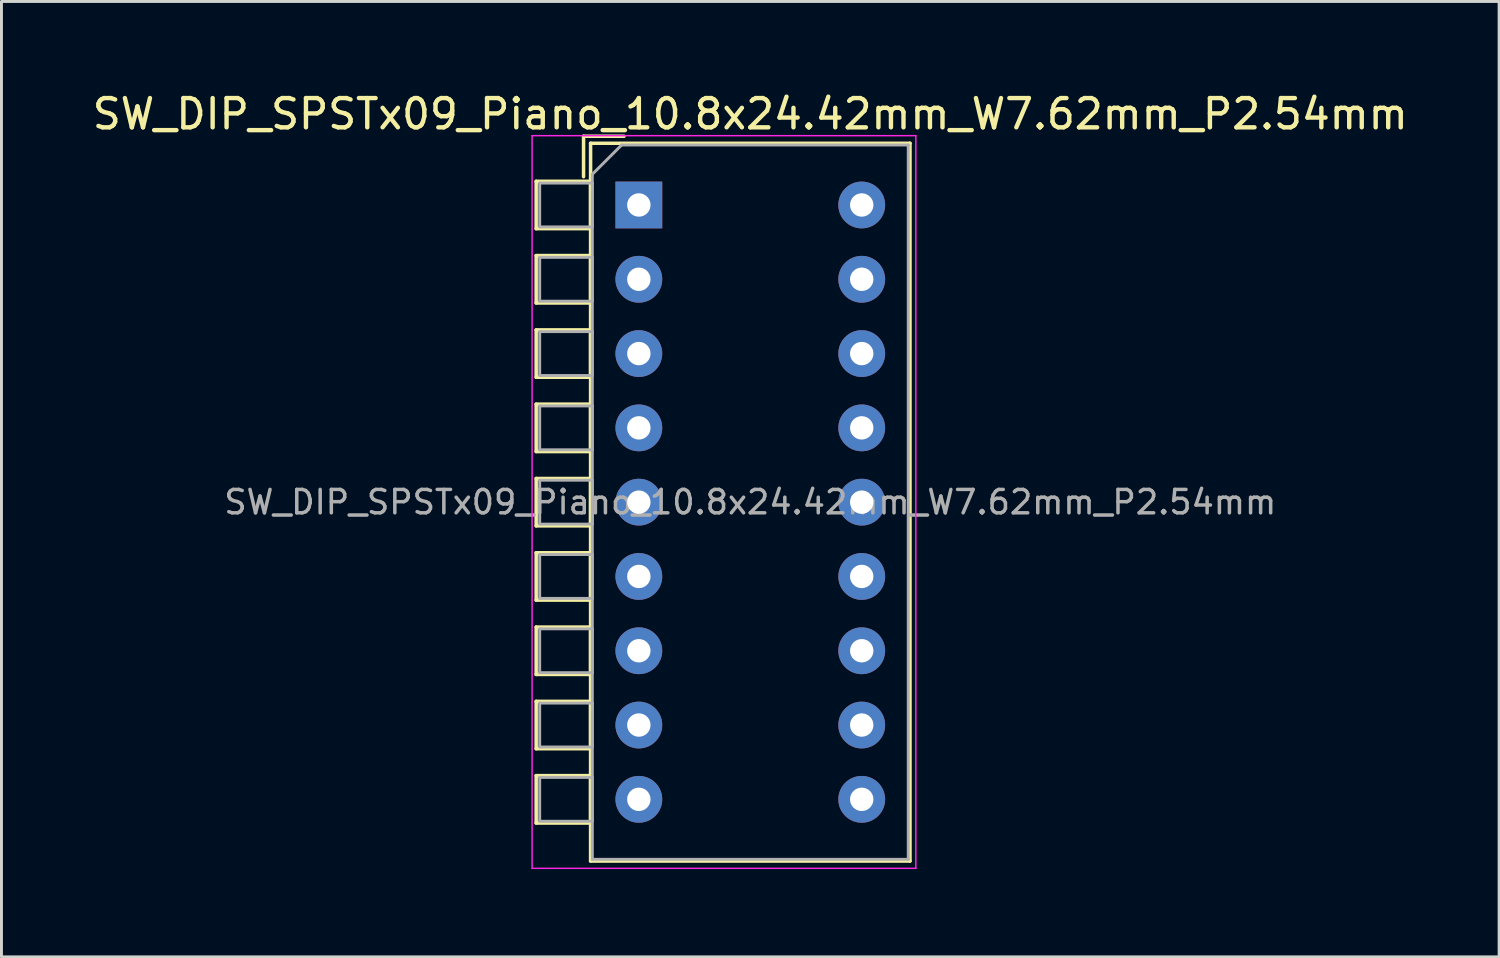
<source format=kicad_pcb>
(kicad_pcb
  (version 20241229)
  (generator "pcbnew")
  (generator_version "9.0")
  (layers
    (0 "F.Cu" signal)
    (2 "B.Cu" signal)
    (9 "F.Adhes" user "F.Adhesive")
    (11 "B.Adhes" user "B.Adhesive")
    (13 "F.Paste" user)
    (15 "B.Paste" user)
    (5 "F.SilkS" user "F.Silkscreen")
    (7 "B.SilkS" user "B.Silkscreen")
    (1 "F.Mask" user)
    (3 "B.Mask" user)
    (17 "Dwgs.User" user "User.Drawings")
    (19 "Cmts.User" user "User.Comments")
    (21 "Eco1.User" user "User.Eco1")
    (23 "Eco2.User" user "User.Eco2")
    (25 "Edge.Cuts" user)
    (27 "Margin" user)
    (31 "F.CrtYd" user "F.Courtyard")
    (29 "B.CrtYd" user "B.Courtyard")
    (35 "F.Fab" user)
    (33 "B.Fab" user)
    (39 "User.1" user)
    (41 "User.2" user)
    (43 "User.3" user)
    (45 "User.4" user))
  (footprint "SW_DIP_SPSTx09_Piano_10.8x24.42mm_W7.62mm_P2.54mm"
    (layer "F.Cu")
    (at 18.791 3.958)
    (property "Reference" "SW_DIP_SPSTx09_Piano_10.8x24.42mm_W7.62mm_P2.54mm" (at 3.81 -3.11 0) (layer "F.SilkS") (effects (font (size 1 1) (thickness 0.15))))
    (attr through_hole)
    (fp_line (start -3.51 -0.81) (end -3.51 0.81) (stroke (width 0.12) (type solid)) (layer "F.SilkS"))
    (fp_line (start -3.51 -0.81) (end -1.65 -0.81) (stroke (width 0.12) (type solid)) (layer "F.SilkS"))
    (fp_line (start -3.51 0.81) (end -1.65 0.81) (stroke (width 0.12) (type solid)) (layer "F.SilkS"))
    (fp_line (start -3.51 1.73) (end -3.51 3.35) (stroke (width 0.12) (type solid)) (layer "F.SilkS"))
    (fp_line (start -3.51 1.73) (end -1.65 1.73) (stroke (width 0.12) (type solid)) (layer "F.SilkS"))
    (fp_line (start -3.51 3.35) (end -1.65 3.35) (stroke (width 0.12) (type solid)) (layer "F.SilkS"))
    (fp_line (start -3.51 4.27) (end -3.51 5.89) (stroke (width 0.12) (type solid)) (layer "F.SilkS"))
    (fp_line (start -3.51 4.27) (end -1.65 4.27) (stroke (width 0.12) (type solid)) (layer "F.SilkS"))
    (fp_line (start -3.51 5.89) (end -1.65 5.89) (stroke (width 0.12) (type solid)) (layer "F.SilkS"))
    (fp_line (start -3.51 6.81) (end -3.51 8.43) (stroke (width 0.12) (type solid)) (layer "F.SilkS"))
    (fp_line (start -3.51 6.81) (end -1.65 6.81) (stroke (width 0.12) (type solid)) (layer "F.SilkS"))
    (fp_line (start -3.51 8.43) (end -1.65 8.43) (stroke (width 0.12) (type solid)) (layer "F.SilkS"))
    (fp_line (start -3.51 9.35) (end -3.51 10.97) (stroke (width 0.12) (type solid)) (layer "F.SilkS"))
    (fp_line (start -3.51 9.35) (end -1.65 9.35) (stroke (width 0.12) (type solid)) (layer "F.SilkS"))
    (fp_line (start -3.51 10.97) (end -1.65 10.97) (stroke (width 0.12) (type solid)) (layer "F.SilkS"))
    (fp_line (start -3.51 11.89) (end -3.51 13.51) (stroke (width 0.12) (type solid)) (layer "F.SilkS"))
    (fp_line (start -3.51 11.89) (end -1.65 11.89) (stroke (width 0.12) (type solid)) (layer "F.SilkS"))
    (fp_line (start -3.51 13.51) (end -1.65 13.51) (stroke (width 0.12) (type solid)) (layer "F.SilkS"))
    (fp_line (start -3.51 14.43) (end -3.51 16.05) (stroke (width 0.12) (type solid)) (layer "F.SilkS"))
    (fp_line (start -3.51 14.43) (end -1.65 14.43) (stroke (width 0.12) (type solid)) (layer "F.SilkS"))
    (fp_line (start -3.51 16.05) (end -1.65 16.05) (stroke (width 0.12) (type solid)) (layer "F.SilkS"))
    (fp_line (start -3.51 16.97) (end -3.51 18.59) (stroke (width 0.12) (type solid)) (layer "F.SilkS"))
    (fp_line (start -3.51 16.97) (end -1.65 16.97) (stroke (width 0.12) (type solid)) (layer "F.SilkS"))
    (fp_line (start -3.51 18.59) (end -1.65 18.59) (stroke (width 0.12) (type solid)) (layer "F.SilkS"))
    (fp_line (start -3.51 19.51) (end -3.51 21.13) (stroke (width 0.12) (type solid)) (layer "F.SilkS"))
    (fp_line (start -3.51 19.51) (end -1.65 19.51) (stroke (width 0.12) (type solid)) (layer "F.SilkS"))
    (fp_line (start -3.51 21.13) (end -1.65 21.13) (stroke (width 0.12) (type solid)) (layer "F.SilkS"))
    (fp_line (start -1.89 -2.35) (end -1.89 -0.967) (stroke (width 0.12) (type solid)) (layer "F.SilkS"))
    (fp_line (start -1.89 -2.35) (end -0.507 -2.35) (stroke (width 0.12) (type solid)) (layer "F.SilkS"))
    (fp_line (start -1.65 -2.11) (end -1.65 22.43) (stroke (width 0.12) (type solid)) (layer "F.SilkS"))
    (fp_line (start -1.65 -2.11) (end 9.27 -2.11) (stroke (width 0.12) (type solid)) (layer "F.SilkS"))
    (fp_line (start -1.65 -0.81) (end -1.65 0.81) (stroke (width 0.12) (type solid)) (layer "F.SilkS"))
    (fp_line (start -1.65 1.73) (end -1.65 3.35) (stroke (width 0.12) (type solid)) (layer "F.SilkS"))
    (fp_line (start -1.65 4.27) (end -1.65 5.89) (stroke (width 0.12) (type solid)) (layer "F.SilkS"))
    (fp_line (start -1.65 6.81) (end -1.65 8.43) (stroke (width 0.12) (type solid)) (layer "F.SilkS"))
    (fp_line (start -1.65 9.35) (end -1.65 10.97) (stroke (width 0.12) (type solid)) (layer "F.SilkS"))
    (fp_line (start -1.65 11.89) (end -1.65 13.51) (stroke (width 0.12) (type solid)) (layer "F.SilkS"))
    (fp_line (start -1.65 14.43) (end -1.65 16.05) (stroke (width 0.12) (type solid)) (layer "F.SilkS"))
    (fp_line (start -1.65 16.97) (end -1.65 18.59) (stroke (width 0.12) (type solid)) (layer "F.SilkS"))
    (fp_line (start -1.65 19.51) (end -1.65 21.13) (stroke (width 0.12) (type solid)) (layer "F.SilkS"))
    (fp_line (start -1.65 22.43) (end 9.27 22.43) (stroke (width 0.12) (type solid)) (layer "F.SilkS"))
    (fp_line (start 9.27 -2.11) (end 9.27 22.43) (stroke (width 0.12) (type solid)) (layer "F.SilkS"))
    (fp_line (start -3.65 -2.37) (end -3.65 22.68) (stroke (width 0.05) (type solid)) (layer "F.CrtYd"))
    (fp_line (start -3.65 22.68) (end 9.47 22.68) (stroke (width 0.05) (type solid)) (layer "F.CrtYd"))
    (fp_line (start 9.47 -2.37) (end -3.65 -2.37) (stroke (width 0.05) (type solid)) (layer "F.CrtYd"))
    (fp_line (start 9.47 22.68) (end 9.47 -2.37) (stroke (width 0.05) (type solid)) (layer "F.CrtYd"))
    (fp_line (start -3.39 -0.75) (end -1.59 -0.75) (stroke (width 0.1) (type solid)) (layer "F.Fab"))
    (fp_line (start -3.39 0.75) (end -3.39 -0.75) (stroke (width 0.1) (type solid)) (layer "F.Fab"))
    (fp_line (start -3.39 1.79) (end -1.59 1.79) (stroke (width 0.1) (type solid)) (layer "F.Fab"))
    (fp_line (start -3.39 3.29) (end -3.39 1.79) (stroke (width 0.1) (type solid)) (layer "F.Fab"))
    (fp_line (start -3.39 4.33) (end -1.59 4.33) (stroke (width 0.1) (type solid)) (layer "F.Fab"))
    (fp_line (start -3.39 5.83) (end -3.39 4.33) (stroke (width 0.1) (type solid)) (layer "F.Fab"))
    (fp_line (start -3.39 6.87) (end -1.59 6.87) (stroke (width 0.1) (type solid)) (layer "F.Fab"))
    (fp_line (start -3.39 8.37) (end -3.39 6.87) (stroke (width 0.1) (type solid)) (layer "F.Fab"))
    (fp_line (start -3.39 9.41) (end -1.59 9.41) (stroke (width 0.1) (type solid)) (layer "F.Fab"))
    (fp_line (start -3.39 10.91) (end -3.39 9.41) (stroke (width 0.1) (type solid)) (layer "F.Fab"))
    (fp_line (start -3.39 11.95) (end -1.59 11.95) (stroke (width 0.1) (type solid)) (layer "F.Fab"))
    (fp_line (start -3.39 13.45) (end -3.39 11.95) (stroke (width 0.1) (type solid)) (layer "F.Fab"))
    (fp_line (start -3.39 14.49) (end -1.59 14.49) (stroke (width 0.1) (type solid)) (layer "F.Fab"))
    (fp_line (start -3.39 15.99) (end -3.39 14.49) (stroke (width 0.1) (type solid)) (layer "F.Fab"))
    (fp_line (start -3.39 17.03) (end -1.59 17.03) (stroke (width 0.1) (type solid)) (layer "F.Fab"))
    (fp_line (start -3.39 18.53) (end -3.39 17.03) (stroke (width 0.1) (type solid)) (layer "F.Fab"))
    (fp_line (start -3.39 19.57) (end -1.59 19.57) (stroke (width 0.1) (type solid)) (layer "F.Fab"))
    (fp_line (start -3.39 21.07) (end -3.39 19.57) (stroke (width 0.1) (type solid)) (layer "F.Fab"))
    (fp_line (start -1.59 -1.05) (end -0.59 -2.05) (stroke (width 0.1) (type solid)) (layer "F.Fab"))
    (fp_line (start -1.59 -0.75) (end -1.59 0.75) (stroke (width 0.1) (type solid)) (layer "F.Fab"))
    (fp_line (start -1.59 0.75) (end -3.39 0.75) (stroke (width 0.1) (type solid)) (layer "F.Fab"))
    (fp_line (start -1.59 1.79) (end -1.59 3.29) (stroke (width 0.1) (type solid)) (layer "F.Fab"))
    (fp_line (start -1.59 3.29) (end -3.39 3.29) (stroke (width 0.1) (type solid)) (layer "F.Fab"))
    (fp_line (start -1.59 4.33) (end -1.59 5.83) (stroke (width 0.1) (type solid)) (layer "F.Fab"))
    (fp_line (start -1.59 5.83) (end -3.39 5.83) (stroke (width 0.1) (type solid)) (layer "F.Fab"))
    (fp_line (start -1.59 6.87) (end -1.59 8.37) (stroke (width 0.1) (type solid)) (layer "F.Fab"))
    (fp_line (start -1.59 8.37) (end -3.39 8.37) (stroke (width 0.1) (type solid)) (layer "F.Fab"))
    (fp_line (start -1.59 9.41) (end -1.59 10.91) (stroke (width 0.1) (type solid)) (layer "F.Fab"))
    (fp_line (start -1.59 10.91) (end -3.39 10.91) (stroke (width 0.1) (type solid)) (layer "F.Fab"))
    (fp_line (start -1.59 11.95) (end -1.59 13.45) (stroke (width 0.1) (type solid)) (layer "F.Fab"))
    (fp_line (start -1.59 13.45) (end -3.39 13.45) (stroke (width 0.1) (type solid)) (layer "F.Fab"))
    (fp_line (start -1.59 14.49) (end -1.59 15.99) (stroke (width 0.1) (type solid)) (layer "F.Fab"))
    (fp_line (start -1.59 15.99) (end -3.39 15.99) (stroke (width 0.1) (type solid)) (layer "F.Fab"))
    (fp_line (start -1.59 17.03) (end -1.59 18.53) (stroke (width 0.1) (type solid)) (layer "F.Fab"))
    (fp_line (start -1.59 18.53) (end -3.39 18.53) (stroke (width 0.1) (type solid)) (layer "F.Fab"))
    (fp_line (start -1.59 19.57) (end -1.59 21.07) (stroke (width 0.1) (type solid)) (layer "F.Fab"))
    (fp_line (start -1.59 21.07) (end -3.39 21.07) (stroke (width 0.1) (type solid)) (layer "F.Fab"))
    (fp_line (start -1.59 22.37) (end -1.59 -1.05) (stroke (width 0.1) (type solid)) (layer "F.Fab"))
    (fp_line (start -0.59 -2.05) (end 9.21 -2.05) (stroke (width 0.1) (type solid)) (layer "F.Fab"))
    (fp_line (start 9.21 -2.05) (end 9.21 22.37) (stroke (width 0.1) (type solid)) (layer "F.Fab"))
    (fp_line (start 9.21 22.37) (end -1.59 22.37) (stroke (width 0.1) (type solid)) (layer "F.Fab"))
    (fp_text user "${REFERENCE}" (at 3.81 10.16 0) (layer "F.Fab") (effects (font (size 0.8 0.8) (thickness 0.12))))
    (pad "1" thru_hole rect (at 0 0) (size 1.6 1.6) (drill 0.8) (layers "*.Cu" "*.Mask"))
    (pad "2" thru_hole circle (at 0 2.54) (size 1.6 1.6) (drill 0.8) (layers "*.Cu" "*.Mask"))
    (pad "3" thru_hole circle (at 0 5.08) (size 1.6 1.6) (drill 0.8) (layers "*.Cu" "*.Mask"))
    (pad "4" thru_hole circle (at 0 7.62) (size 1.6 1.6) (drill 0.8) (layers "*.Cu" "*.Mask"))
    (pad "5" thru_hole circle (at 0 10.16) (size 1.6 1.6) (drill 0.8) (layers "*.Cu" "*.Mask"))
    (pad "6" thru_hole circle (at 0 12.7) (size 1.6 1.6) (drill 0.8) (layers "*.Cu" "*.Mask"))
    (pad "7" thru_hole circle (at 0 15.24) (size 1.6 1.6) (drill 0.8) (layers "*.Cu" "*.Mask"))
    (pad "8" thru_hole circle (at 0 17.78) (size 1.6 1.6) (drill 0.8) (layers "*.Cu" "*.Mask"))
    (pad "9" thru_hole circle (at 0 20.32) (size 1.6 1.6) (drill 0.8) (layers "*.Cu" "*.Mask"))
    (pad "10" thru_hole circle (at 7.62 20.32) (size 1.6 1.6) (drill 0.8) (layers "*.Cu" "*.Mask"))
    (pad "11" thru_hole circle (at 7.62 17.78) (size 1.6 1.6) (drill 0.8) (layers "*.Cu" "*.Mask"))
    (pad "12" thru_hole circle (at 7.62 15.24) (size 1.6 1.6) (drill 0.8) (layers "*.Cu" "*.Mask"))
    (pad "13" thru_hole circle (at 7.62 12.7) (size 1.6 1.6) (drill 0.8) (layers "*.Cu" "*.Mask"))
    (pad "14" thru_hole circle (at 7.62 10.16) (size 1.6 1.6) (drill 0.8) (layers "*.Cu" "*.Mask"))
    (pad "15" thru_hole circle (at 7.62 7.62) (size 1.6 1.6) (drill 0.8) (layers "*.Cu" "*.Mask"))
    (pad "16" thru_hole circle (at 7.62 5.08) (size 1.6 1.6) (drill 0.8) (layers "*.Cu" "*.Mask"))
    (pad "17" thru_hole circle (at 7.62 2.54) (size 1.6 1.6) (drill 0.8) (layers "*.Cu" "*.Mask"))
    (pad "18" thru_hole circle (at 7.62 0) (size 1.6 1.6) (drill 0.8) (layers "*.Cu" "*.Mask")))
  (gr_rect
    (start -3 -3)
    (end 48.202 29.663)
    (stroke (width 0.1) (type default))
    (fill no)
    (layer "Edge.Cuts")))
</source>
